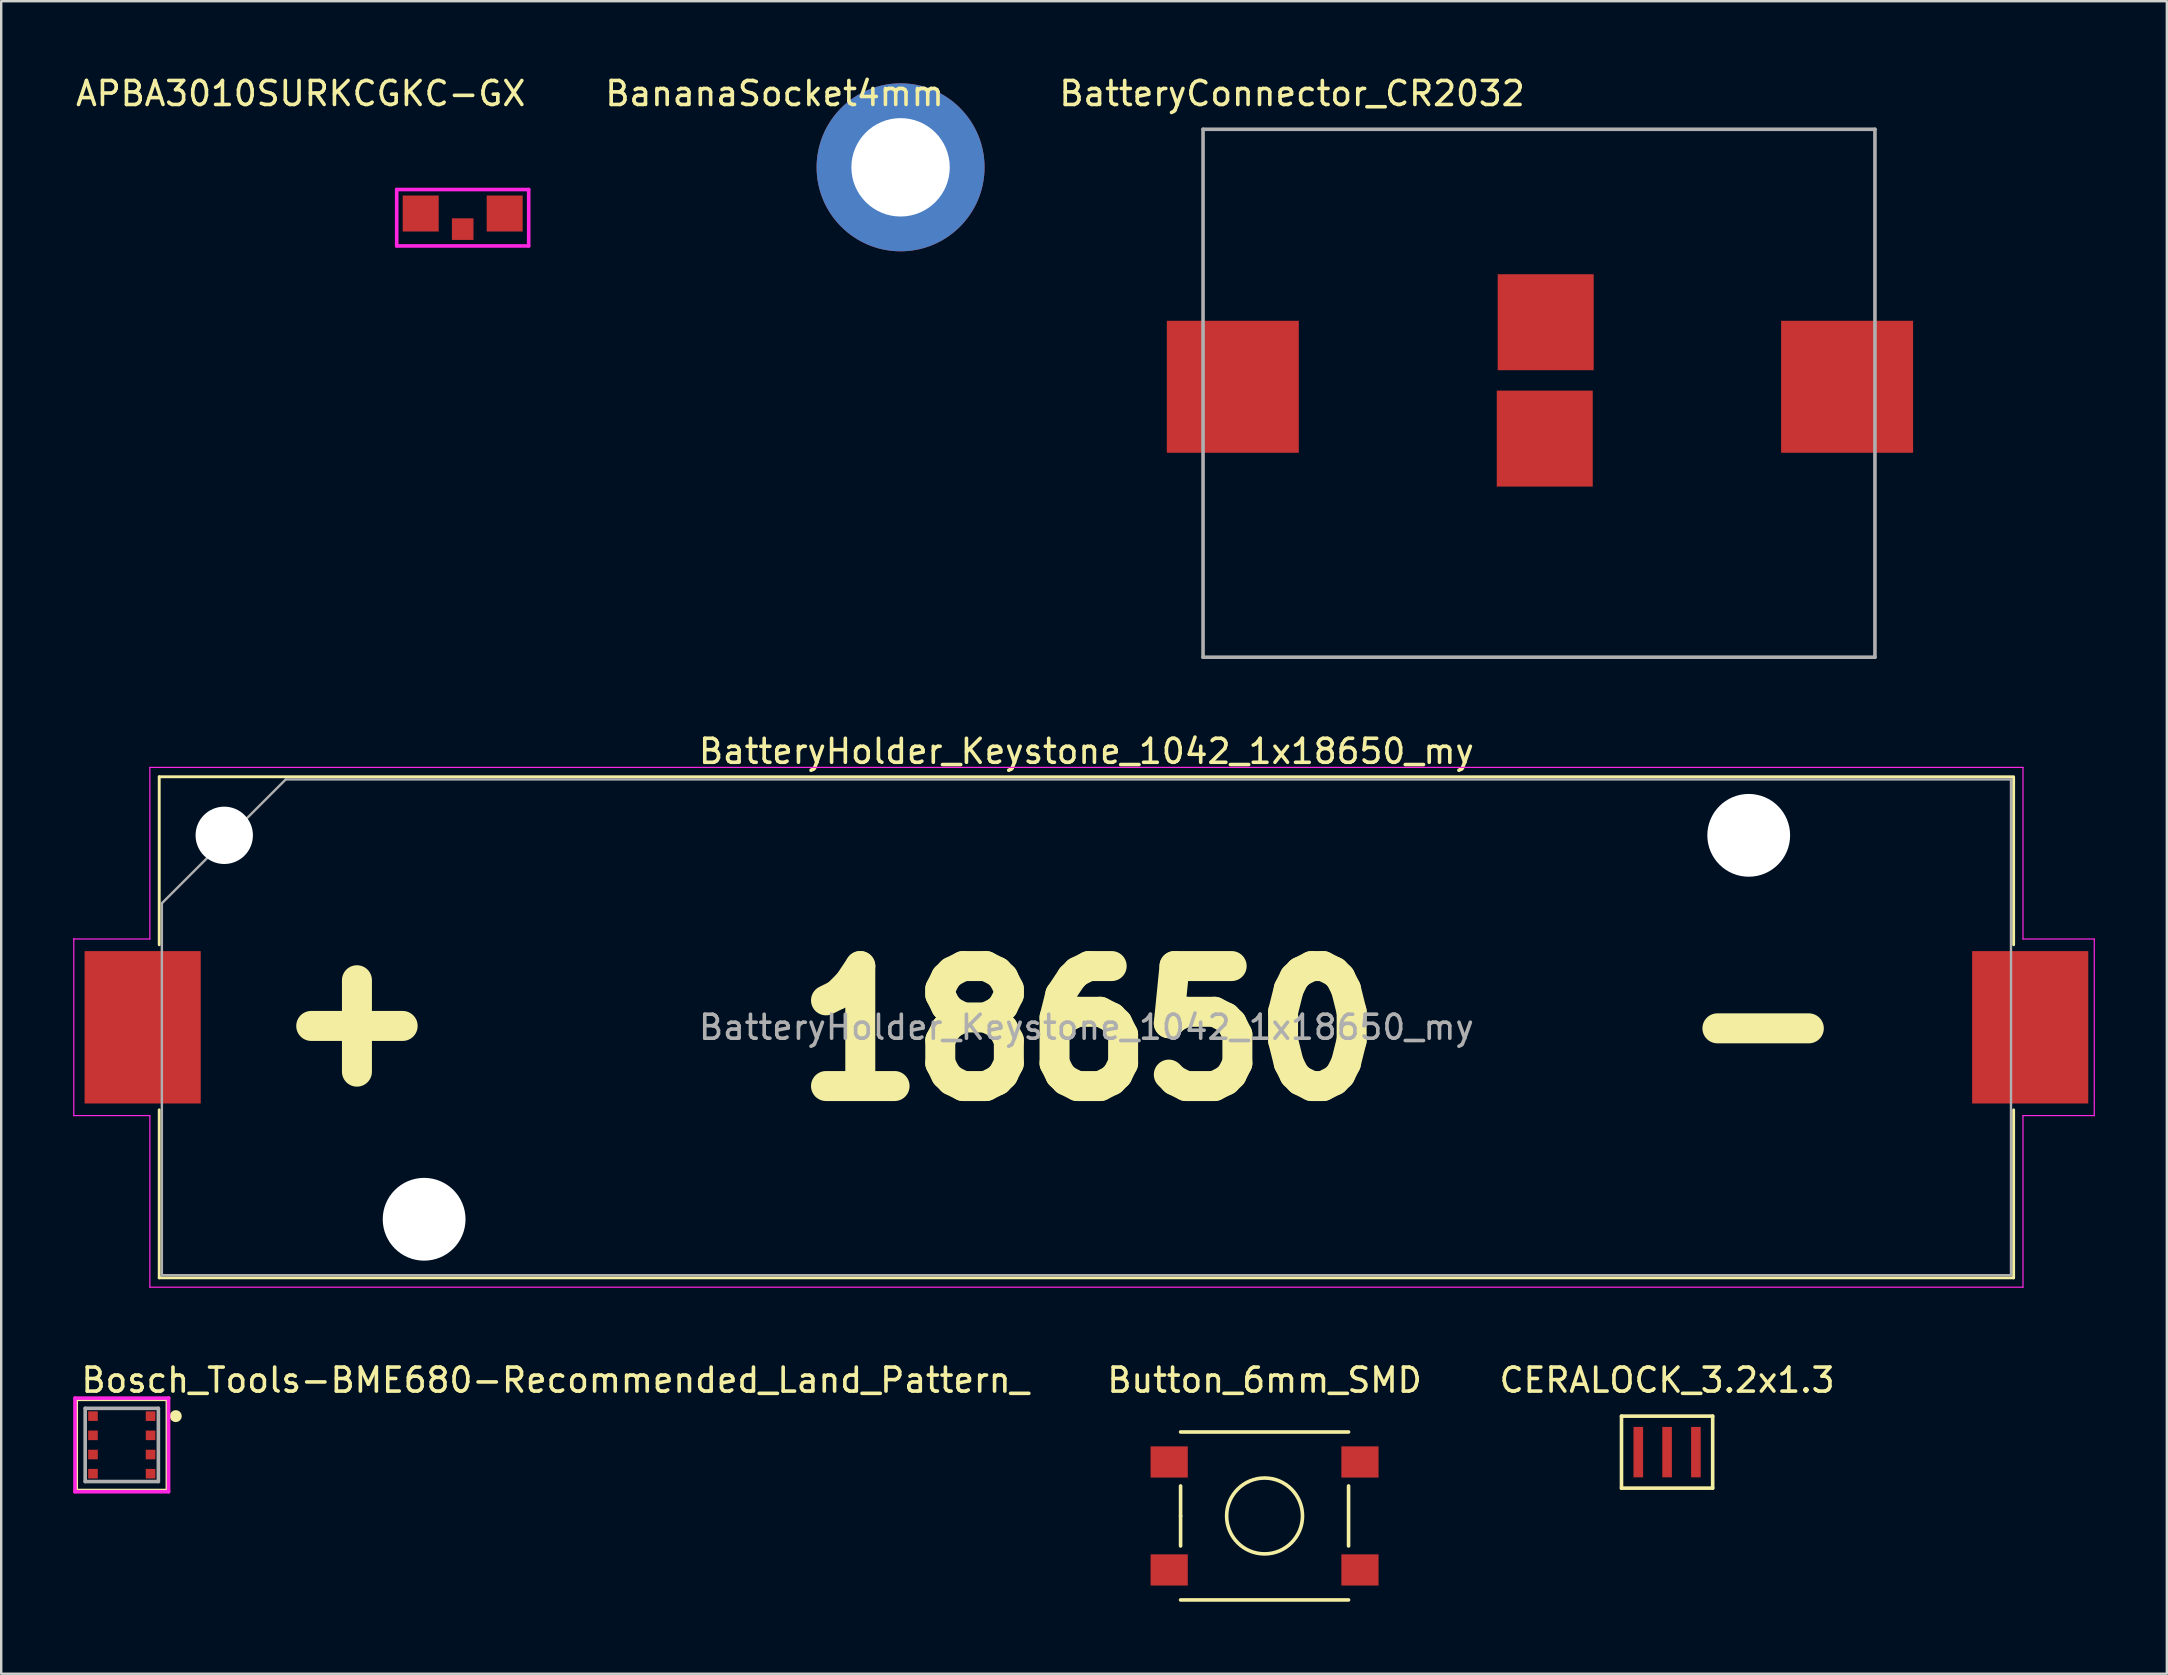
<source format=kicad_pcb>
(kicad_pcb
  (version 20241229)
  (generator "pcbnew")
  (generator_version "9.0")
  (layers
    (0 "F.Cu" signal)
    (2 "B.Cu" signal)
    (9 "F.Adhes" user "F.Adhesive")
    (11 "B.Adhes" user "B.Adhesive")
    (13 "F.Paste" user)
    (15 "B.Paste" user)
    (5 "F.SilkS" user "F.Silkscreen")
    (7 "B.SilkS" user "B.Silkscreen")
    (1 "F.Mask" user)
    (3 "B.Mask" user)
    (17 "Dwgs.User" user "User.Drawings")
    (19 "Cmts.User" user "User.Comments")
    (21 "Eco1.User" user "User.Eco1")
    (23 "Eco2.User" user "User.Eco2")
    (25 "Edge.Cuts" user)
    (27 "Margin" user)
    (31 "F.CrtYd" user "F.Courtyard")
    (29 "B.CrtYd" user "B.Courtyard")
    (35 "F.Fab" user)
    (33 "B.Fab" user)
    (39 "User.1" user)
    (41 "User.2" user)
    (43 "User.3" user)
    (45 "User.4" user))
  (footprint "Button_6mm_SMD"
    (layer "F.Cu")
    (at 49.649 60.125)
    (property "Reference" "Button_6mm_SMD" (at 0 -5.66 0) (layer "F.SilkS") (effects (font (size 1 1) (thickness 0.15))))
    (attr through_hole)
    (fp_line (start -3.5 -3.5) (end 3.5 -3.5) (stroke (width 0.15) (type solid)) (layer "F.SilkS"))
    (fp_line (start -3.5 0) (end -3.5 -1.25) (stroke (width 0.15) (type solid)) (layer "F.SilkS"))
    (fp_line (start -3.5 1.25) (end -3.5 0) (stroke (width 0.15) (type solid)) (layer "F.SilkS"))
    (fp_line (start 3.5 -1.25) (end 3.5 1.25) (stroke (width 0.15) (type solid)) (layer "F.SilkS"))
    (fp_line (start 3.5 3.5) (end -3.5 3.5) (stroke (width 0.15) (type solid)) (layer "F.SilkS"))
    (fp_circle (center 0 0) (end 0.5 1.5) (stroke (width 0.15) (type solid)) (fill no) (layer "F.SilkS"))
    (pad "1" smd rect (at -3.975 -2.25) (size 1.55 1.3) (layers "F.Cu" "F.Mask" "F.Paste"))
    (pad "1" smd rect (at 3.975 -2.25) (size 1.55 1.3) (layers "F.Cu" "F.Mask" "F.Paste"))
    (pad "2" smd rect (at -3.975 2.25) (size 1.55 1.3) (layers "F.Cu" "F.Mask" "F.Paste"))
    (pad "2" smd rect (at 3.975 2.25) (size 1.55 1.3) (layers "F.Cu" "F.Mask" "F.Paste")))
  (footprint "BatteryConnector_CR2032"
    (layer "F.Cu")
    (at 57.085 12.338)
    (property "Reference" "BatteryConnector_CR2032" (at -6.29 -11.49 0) (layer "F.SilkS") (effects (font (size 1 1) (thickness 0.15))))
    (attr through_hole)
    (fp_line (start -10 -10) (end 18 -10) (stroke (width 0.15) (type solid)) (layer "F.Fab"))
    (fp_line (start -10 12) (end -10 -10) (stroke (width 0.15) (type solid)) (layer "F.Fab"))
    (fp_line (start 18 -10) (end 18 12) (stroke (width 0.15) (type solid)) (layer "F.Fab"))
    (fp_line (start 18 12) (end -10 12) (stroke (width 0.15) (type solid)) (layer "F.Fab"))
    (pad "1" smd rect (at -8.76 0.73) (size 5.5 5.5) (layers "F.Cu" "F.Mask" "F.Paste"))
    (pad "1" smd rect (at 16.84 0.73) (size 5.5 5.5) (layers "F.Cu" "F.Mask" "F.Paste"))
    (pad "2" smd rect (at 4.24 2.89) (size 4 4) (layers "F.Cu" "F.Mask" "F.Paste"))
    (pad "2" smd rect (at 4.28 -1.96) (size 4 4) (layers "F.Cu" "F.Mask" "F.Paste")))
  (footprint "BananaSocket4mm"
    (layer "F.Cu")
    (at 34.48 3.923)
    (property "Reference" "BananaSocket4mm" (at -5.25 -3.075 0) (layer "F.SilkS") (effects (font (size 1 1) (thickness 0.15))))
    (attr through_hole)
    (pad "1" thru_hole circle (at 0 0) (size 7 7) (drill 4.1) (layers "*.Cu" "*.Mask")))
  (footprint "BatteryHolder_Keystone_1042_1x18650_my"
    (layer "F.Cu")
    (at 42.225 39.761)
    (property "Reference" "BatteryHolder_Keystone_1042_1x18650_my" (at 0 -11.5 0) (layer "F.SilkS") (effects (font (size 1 1) (thickness 0.15))))
    (attr smd)
    (fp_line (start -38.64 -10.44) (end -38.64 -3.44) (stroke (width 0.12) (type solid)) (layer "F.SilkS"))
    (fp_line (start -38.64 10.44) (end -38.64 3.44) (stroke (width 0.12) (type solid)) (layer "F.SilkS"))
    (fp_line (start 38.64 -10.44) (end -38.64 -10.44) (stroke (width 0.12) (type solid)) (layer "F.SilkS"))
    (fp_line (start 38.64 -3.44) (end 38.64 -10.42) (stroke (width 0.12) (type solid)) (layer "F.SilkS"))
    (fp_line (start 38.64 3.44) (end 38.64 10.44) (stroke (width 0.12) (type solid)) (layer "F.SilkS"))
    (fp_line (start 38.64 10.44) (end -38.64 10.44) (stroke (width 0.12) (type solid)) (layer "F.SilkS"))
    (fp_line (start -42.2 -3.68) (end -39.03 -3.68) (stroke (width 0.05) (type solid)) (layer "F.CrtYd"))
    (fp_line (start -42.2 3.68) (end -42.2 -3.7) (stroke (width 0.05) (type solid)) (layer "F.CrtYd"))
    (fp_line (start -39.03 -10.83) (end -39.03 -3.68) (stroke (width 0.05) (type solid)) (layer "F.CrtYd"))
    (fp_line (start -39.03 -10.83) (end 39.03 -10.83) (stroke (width 0.05) (type solid)) (layer "F.CrtYd"))
    (fp_line (start -39.03 3.68) (end -42.2 3.68) (stroke (width 0.05) (type solid)) (layer "F.CrtYd"))
    (fp_line (start -39.03 10.83) (end -39.03 3.68) (stroke (width 0.05) (type solid)) (layer "F.CrtYd"))
    (fp_line (start -39.03 10.83) (end 39.03 10.83) (stroke (width 0.05) (type solid)) (layer "F.CrtYd"))
    (fp_line (start 39.03 -10.83) (end 39.03 -3.68) (stroke (width 0.05) (type solid)) (layer "F.CrtYd"))
    (fp_line (start 39.03 3.68) (end 42 3.68) (stroke (width 0.05) (type solid)) (layer "F.CrtYd"))
    (fp_line (start 39.03 10.83) (end 39.03 3.68) (stroke (width 0.05) (type solid)) (layer "F.CrtYd"))
    (fp_line (start 42 -3.68) (end 39.03 -3.68) (stroke (width 0.05) (type solid)) (layer "F.CrtYd"))
    (fp_line (start 42 3.68) (end 42 -3.68) (stroke (width 0.05) (type solid)) (layer "F.CrtYd"))
    (fp_line (start -38.53 -5.168) (end -38.53 10.33) (stroke (width 0.1) (type solid)) (layer "F.Fab"))
    (fp_line (start -38.53 10.33) (end 38.53 10.33) (stroke (width 0.1) (type solid)) (layer "F.Fab"))
    (fp_line (start -33.367 -10.33) (end -38.53 -5.168) (stroke (width 0.1) (type solid)) (layer "F.Fab"))
    (fp_line (start -33.367 -10.33) (end 38.53 -10.33) (stroke (width 0.1) (type solid)) (layer "F.Fab"))
    (fp_line (start 38.53 -10.33) (end 38.53 10.33) (stroke (width 0.1) (type solid)) (layer "F.Fab"))
    (fp_text user "-" (at 28.2 -0.3 0) (layer "F.SilkS") (effects (font (size 5 5) (thickness 1.25))))
    (fp_text user "+" (at -30.4 -0.4 0) (layer "F.SilkS") (effects (font (size 5 5) (thickness 1.25))))
    (fp_text user "18650" (at 0.1 0.2 0) (layer "F.SilkS") (effects (font (size 5 5) (thickness 1.25))))
    (fp_text user "${REFERENCE}" (at 0 0 0) (layer "F.Fab") (effects (font (size 1 1) (thickness 0.15))))
    (pad "" np_thru_hole circle (at -35.93 -8) (size 2.39 2.39) (drill 2.39) (layers "*.Cu" "*.Mask"))
    (pad "" np_thru_hole circle (at -27.6 8) (size 3.45 3.45) (drill 3.45) (layers "*.Cu" "*.Mask"))
    (pad "" np_thru_hole circle (at 27.6 -8) (size 3.45 3.45) (drill 3.45) (layers "*.Cu" "*.Mask"))
    (pad "1" smd rect (at -39.33 0) (size 4.84 6.35) (layers "F.Cu" "F.Mask" "F.Paste"))
    (pad "2" smd rect (at 39.33 0) (size 4.84 6.35) (layers "F.Cu" "F.Mask" "F.Paste")))
  (footprint "Bosch_Tools-BME680-Recommended_Land_Pattern_"
    (layer "F.Cu")
    (at 2.025 57.165)
    (property "Reference" "Bosch_Tools-BME680-Recommended_Land_Pattern_" (at -1.775 -2.7 0) (layer "F.SilkS") (effects (font (size 1 1) (thickness 0.15)) (justify left)))
    (attr through_hole)
    (fp_line (start -1.9 -1.9) (end 1.9 -1.9) (stroke (width 0.15) (type solid)) (layer "F.SilkS"))
    (fp_line (start -1.9 1.9) (end -1.9 -1.9) (stroke (width 0.15) (type solid)) (layer "F.SilkS"))
    (fp_line (start 1.9 -1.9) (end 1.9 1.9) (stroke (width 0.15) (type solid)) (layer "F.SilkS"))
    (fp_line (start 1.9 1.9) (end -1.9 1.9) (stroke (width 0.15) (type solid)) (layer "F.SilkS"))
    (fp_circle (center 2.25 -1.2) (end 2.375 -1.2) (stroke (width 0.25) (type solid)) (fill no) (layer "F.SilkS"))
    (fp_line (start -1.95 -1.95) (end -1.95 1.95) (stroke (width 0.15) (type solid)) (layer "F.CrtYd"))
    (fp_line (start -1.95 1.95) (end 1.95 1.95) (stroke (width 0.15) (type solid)) (layer "F.CrtYd"))
    (fp_line (start 1.95 -1.95) (end -1.95 -1.95) (stroke (width 0.15) (type solid)) (layer "F.CrtYd"))
    (fp_line (start 1.95 -1.95) (end 1.95 -1.95) (stroke (width 0.15) (type solid)) (layer "F.CrtYd"))
    (fp_line (start 1.95 1.95) (end 1.95 -1.95) (stroke (width 0.15) (type solid)) (layer "F.CrtYd"))
    (fp_line (start -1.525 -1.525) (end 1.525 -1.525) (stroke (width 0.15) (type solid)) (layer "F.Fab"))
    (fp_line (start -1.525 1.525) (end -1.525 -1.525) (stroke (width 0.15) (type solid)) (layer "F.Fab"))
    (fp_line (start 1.525 -1.525) (end 1.525 1.525) (stroke (width 0.15) (type solid)) (layer "F.Fab"))
    (fp_line (start 1.525 1.525) (end -1.525 1.525) (stroke (width 0.15) (type solid)) (layer "F.Fab"))
    (pad "1" smd rect (at 1.2 -1.2) (size 0.4 0.4) (layers "F.Cu" "F.Mask" "F.Paste"))
    (pad "2" smd rect (at 1.2 -0.4) (size 0.4 0.4) (layers "F.Cu" "F.Mask" "F.Paste"))
    (pad "3" smd rect (at 1.2 0.4) (size 0.4 0.4) (layers "F.Cu" "F.Mask" "F.Paste"))
    (pad "4" smd rect (at 1.2 1.2) (size 0.4 0.4) (layers "F.Cu" "F.Mask" "F.Paste"))
    (pad "5" smd rect (at -1.2 1.2) (size 0.4 0.4) (layers "F.Cu" "F.Mask" "F.Paste"))
    (pad "6" smd rect (at -1.2 0.4) (size 0.4 0.4) (layers "F.Cu" "F.Mask" "F.Paste"))
    (pad "7" smd rect (at -1.2 -0.4) (size 0.4 0.4) (layers "F.Cu" "F.Mask" "F.Paste"))
    (pad "8" smd rect (at -1.2 -1.2) (size 0.4 0.4) (layers "F.Cu" "F.Mask" "F.Paste")))
  (footprint "APBA3010SURKCGKC-GX"
    (layer "F.Cu")
    (at 16.482 5.848)
    (property "Reference" "APBA3010SURKCGKC-GX" (at -7 -5 0) (layer "F.SilkS") (effects (font (size 1 1) (thickness 0.15))))
    (attr through_hole)
    (fp_line (start -3 -1) (end -3 1.35) (stroke (width 0.15) (type solid)) (layer "F.CrtYd"))
    (fp_line (start -3 1.35) (end 2.5 1.35) (stroke (width 0.15) (type solid)) (layer "F.CrtYd"))
    (fp_line (start 2.5 -1) (end -3 -1) (stroke (width 0.15) (type solid)) (layer "F.CrtYd"))
    (fp_line (start 2.5 1.35) (end 2.5 -1) (stroke (width 0.15) (type solid)) (layer "F.CrtYd"))
    (pad "1" smd rect (at -0.25 0.65) (size 0.9 0.9) (layers "F.Cu" "F.Mask" "F.Paste"))
    (pad "2" smd rect (at 1.5 0) (size 1.5 1.5) (layers "F.Cu" "F.Mask" "F.Paste"))
    (pad "3" smd rect (at -2 0) (size 1.5 1.5) (layers "F.Cu" "F.Mask" "F.Paste")))
  (footprint "CERALOCK_3.2x1.3"
    (layer "F.Cu")
    (at 66.423 57.465)
    (property "Reference" "CERALOCK_3.2x1.3" (at 0 -3 0) (layer "F.SilkS") (effects (font (size 1 1) (thickness 0.15))))
    (attr through_hole)
    (fp_line (start -1.9 -1.5) (end 1.9 -1.5) (stroke (width 0.15) (type solid)) (layer "F.SilkS"))
    (fp_line (start -1.9 1.5) (end -1.9 -1.5) (stroke (width 0.15) (type solid)) (layer "F.SilkS"))
    (fp_line (start 1.9 -1.5) (end 1.9 1.5) (stroke (width 0.15) (type solid)) (layer "F.SilkS"))
    (fp_line (start 1.9 1.5) (end -1.9 1.5) (stroke (width 0.15) (type solid)) (layer "F.SilkS"))
    (pad "1" smd rect (at -1.2 0) (size 0.4 2.1) (layers "F.Cu" "F.Mask" "F.Paste"))
    (pad "2" smd rect (at 0 0) (size 0.4 2.1) (layers "F.Cu" "F.Mask" "F.Paste"))
    (pad "3" smd rect (at 1.2 0) (size 0.4 2.1) (layers "F.Cu" "F.Mask" "F.Paste")))
  (gr_rect
    (start -3 -3)
    (end 87.25 66.7)
    (stroke (width 0.1) (type default))
    (fill no)
    (layer "Edge.Cuts")))
</source>
